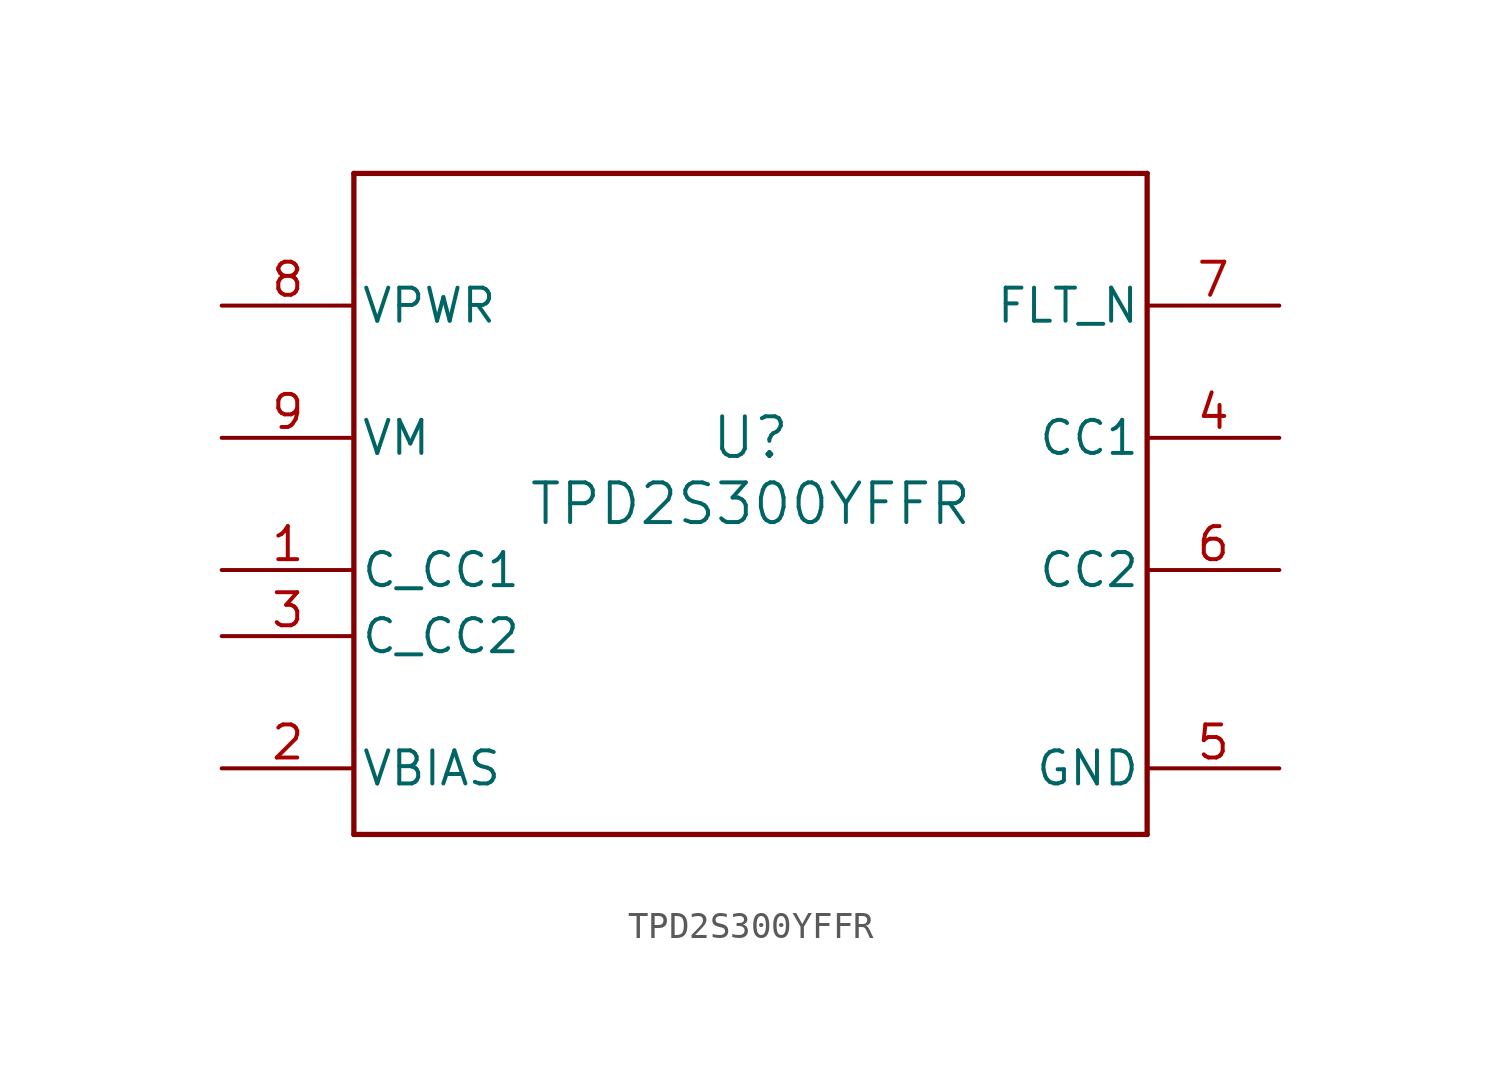
<source format=kicad_sym>
(kicad_symbol_lib
  (version 20211014)
  (generator kicad_symbol_editor)
  (symbol "TPD2S300YFFR"
    (pin_names
      (offset 0.254))
    (property "Reference" "U"
      (at 0 2.54 0)
      (effects (font (size 1.524 1.524))))
    (property "Value" "TPD2S300YFFR"
      (at 0 0 0)
      (effects (font (size 1.524 1.524))))
    (symbol "TPD2S300YFFR_0_1"
      (polyline (pts (xy -15.24 -12.7) (xy 15.24 -12.7)) (stroke (width 0.203) (type default) (color 0 0 0 0)) (fill (type none)))
      (polyline (pts (xy 15.24 -12.7) (xy 15.24 12.7)) (stroke (width 0.203) (type default) (color 0 0 0 0)) (fill (type none)))
      (polyline (pts (xy 15.24 12.7) (xy -15.24 12.7)) (stroke (width 0.203) (type default) (color 0 0 0 0)) (fill (type none)))
      (polyline (pts (xy -15.24 12.7) (xy -15.24 -12.7)) (stroke (width 0.203) (type default) (color 0 0 0 0)) (fill (type none)))
      (pin unspecified line (at -20.32 -2.54 0) (length 5.08) (name "C_CC1" (effects (font (size 1.27 1.27)))) (number "1" (effects (font (size 1.27 1.27)))))
      (pin power_in line (at -20.32 -10.16 0) (length 5.08) (name "VBIAS" (effects (font (size 1.27 1.27)))) (number "2" (effects (font (size 1.27 1.27)))))
      (pin unspecified line (at -20.32 -5.08 0) (length 5.08) (name "C_CC2" (effects (font (size 1.27 1.27)))) (number "3" (effects (font (size 1.27 1.27)))))
      (pin unspecified line (at 20.32 2.54 180) (length 5.08) (name "CC1" (effects (font (size 1.27 1.27)))) (number "4" (effects (font (size 1.27 1.27)))))
      (pin power_in line (at 20.32 -10.16 180) (length 5.08) (name "GND" (effects (font (size 1.27 1.27)))) (number "5" (effects (font (size 1.27 1.27)))))
      (pin unspecified line (at 20.32 -2.54 180) (length 5.08) (name "CC2" (effects (font (size 1.27 1.27)))) (number "6" (effects (font (size 1.27 1.27)))))
      (pin open_collector line (at 20.32 7.62 180) (length 5.08) (name "FLT_N" (effects (font (size 1.27 1.27)))) (number "7" (effects (font (size 1.27 1.27)))))
      (pin power_in line (at -20.32 7.62 0) (length 5.08) (name "VPWR" (effects (font (size 1.27 1.27)))) (number "8" (effects (font (size 1.27 1.27)))))
      (pin input line (at -20.32 2.54 0) (length 5.08) (name "VM" (effects (font (size 1.27 1.27)))) (number "9" (effects (font (size 1.27 1.27))))))))
</source>
